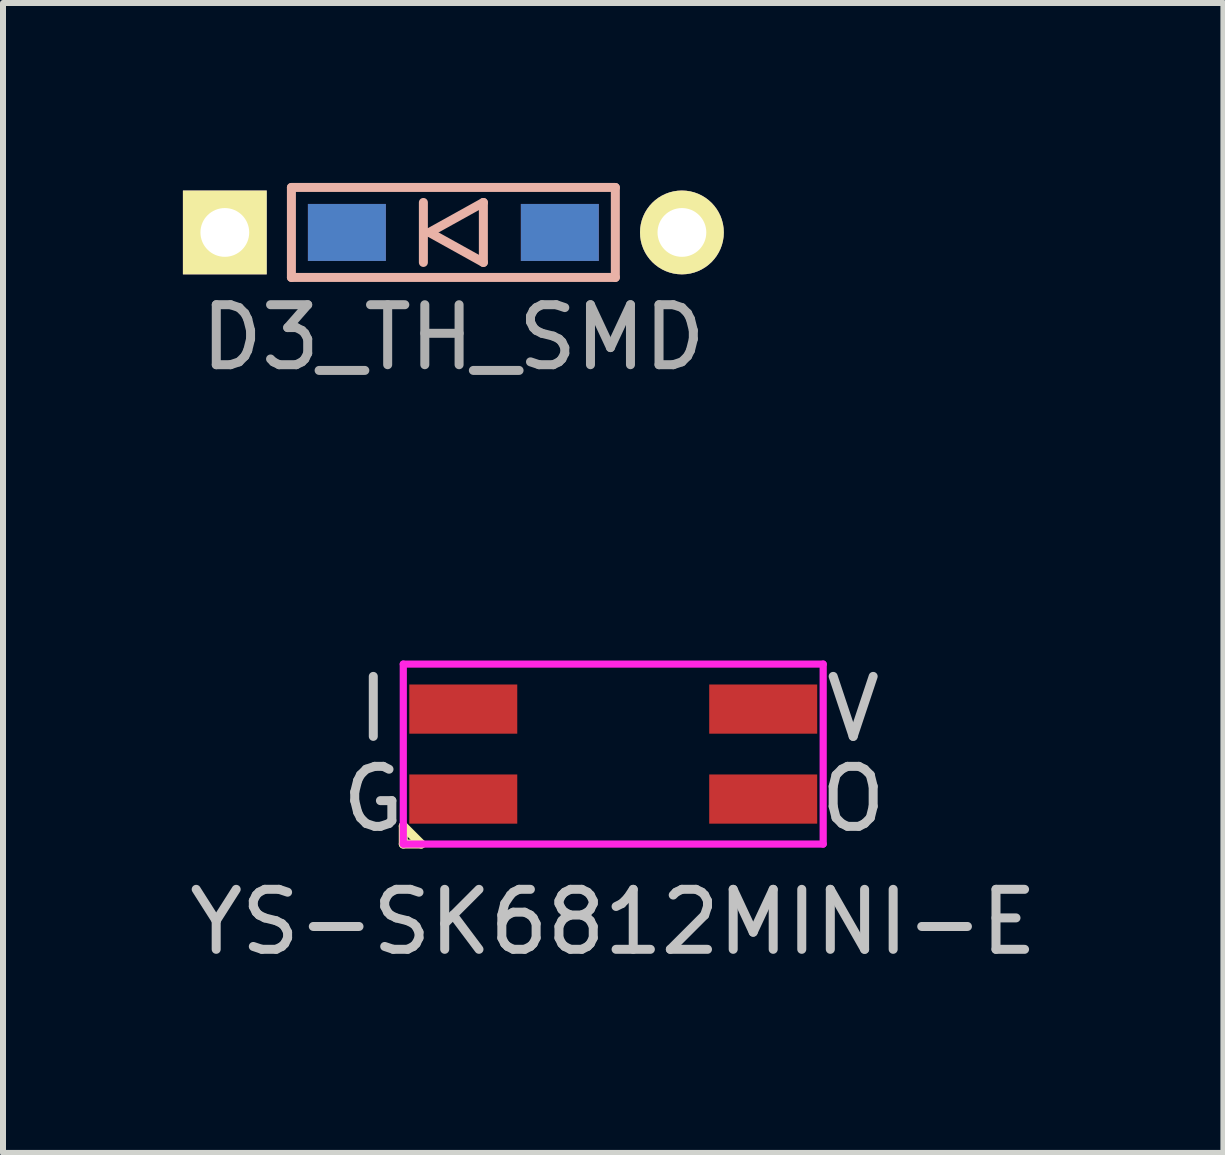
<source format=kicad_pcb>
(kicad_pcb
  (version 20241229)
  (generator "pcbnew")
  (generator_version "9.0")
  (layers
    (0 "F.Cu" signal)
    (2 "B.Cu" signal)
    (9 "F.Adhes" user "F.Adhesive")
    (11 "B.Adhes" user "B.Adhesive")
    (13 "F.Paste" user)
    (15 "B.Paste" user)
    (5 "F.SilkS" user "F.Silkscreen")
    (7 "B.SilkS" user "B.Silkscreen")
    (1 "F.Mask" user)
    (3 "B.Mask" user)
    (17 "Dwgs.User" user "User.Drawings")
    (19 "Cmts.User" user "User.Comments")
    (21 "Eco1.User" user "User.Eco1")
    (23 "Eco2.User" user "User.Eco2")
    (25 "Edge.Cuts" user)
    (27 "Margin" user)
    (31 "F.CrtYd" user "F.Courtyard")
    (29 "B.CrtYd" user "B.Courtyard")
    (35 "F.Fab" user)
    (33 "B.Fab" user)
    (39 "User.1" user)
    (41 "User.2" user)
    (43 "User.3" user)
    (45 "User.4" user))
  (footprint "D3_TH_SMD"
    (layer "F.Cu")
    (at 4.508 0.825)
    (property "Reference" "D3_TH_SMD" (at 0 1.75 0) (layer "F.Fab") (effects (font (size 1 1) (thickness 0.15))))
    (attr through_hole)
    (fp_line (start -2.7 -0.75) (end -2.7 0.75) (stroke (width 0.15) (type solid)) (layer "B.SilkS"))
    (fp_line (start -2.7 0.75) (end 2.7 0.75) (stroke (width 0.15) (type solid)) (layer "B.SilkS"))
    (fp_line (start -0.5 -0.5) (end -0.5 0.5) (stroke (width 0.15) (type solid)) (layer "B.SilkS"))
    (fp_line (start -0.4 0) (end 0.5 -0.5) (stroke (width 0.15) (type solid)) (layer "B.SilkS"))
    (fp_line (start 0.5 -0.5) (end 0.5 0.5) (stroke (width 0.15) (type solid)) (layer "B.SilkS"))
    (fp_line (start 0.5 0.5) (end -0.4 0) (stroke (width 0.15) (type solid)) (layer "B.SilkS"))
    (fp_line (start 2.7 -0.75) (end -2.7 -0.75) (stroke (width 0.15) (type solid)) (layer "B.SilkS"))
    (fp_line (start 2.7 0.75) (end 2.7 -0.75) (stroke (width 0.15) (type solid)) (layer "B.SilkS"))
    (pad "1" thru_hole rect (at -3.81 0) (size 1.397 1.397) (drill 0.813) (layers "*.Cu" "*.Mask" "F.SilkS"))
    (pad "1" smd rect (at -1.775 0) (size 1.3 0.95) (layers "F.Cu" "F.Mask" "F.Paste"))
    (pad "1" smd rect (at -1.775 0) (size 1.3 0.95) (layers "B.Cu" "B.Mask" "B.Paste"))
    (pad "2" smd rect (at 1.775 0) (size 1.3 0.95) (layers "F.Cu" "F.Mask" "F.Paste"))
    (pad "2" smd rect (at 1.775 0) (size 1.3 0.95) (layers "B.Cu" "B.Mask" "B.Paste"))
    (pad "2" thru_hole circle (at 3.81 0) (size 1.397 1.397) (drill 0.813) (layers "*.Cu" "*.Mask" "F.SilkS")))
  (footprint "YS-SK6812MINI-E"
    (layer "F.Cu")
    (at 7.173 9.521)
    (property "Reference" "YS-SK6812MINI-E" (at 0 2.8 0) (layer "Dwgs.User") (effects (font (size 1 1) (thickness 0.15))))
    (attr through_hole)
    (fp_line (start -3.5 1.2) (end -3.2 1.5) (stroke (width 0.15) (type solid)) (layer "F.SilkS"))
    (fp_line (start -3.5 1.5) (end -3.5 1.2) (stroke (width 0.15) (type solid)) (layer "F.SilkS"))
    (fp_line (start -3.2 1.5) (end -3.5 1.5) (stroke (width 0.15) (type solid)) (layer "F.SilkS"))
    (fp_line (start -1.7 -1.5) (end -1.7 1.5) (stroke (width 0.12) (type solid)) (layer "Eco1.User"))
    (fp_line (start -1.7 1.5) (end 1.7 1.5) (stroke (width 0.12) (type solid)) (layer "Eco1.User"))
    (fp_line (start 1.7 -1.5) (end -1.7 -1.5) (stroke (width 0.12) (type solid)) (layer "Eco1.User"))
    (fp_line (start 1.7 1.5) (end 1.7 -1.5) (stroke (width 0.12) (type solid)) (layer "Eco1.User"))
    (fp_line (start -3.5 -1.5) (end -3.5 1.5) (stroke (width 0.12) (type solid)) (layer "F.CrtYd"))
    (fp_line (start -3.5 1.5) (end 3.5 1.5) (stroke (width 0.12) (type solid)) (layer "F.CrtYd"))
    (fp_line (start 3.5 -1.5) (end -3.5 -1.5) (stroke (width 0.12) (type solid)) (layer "F.CrtYd"))
    (fp_line (start 3.5 1.5) (end 3.5 -1.5) (stroke (width 0.12) (type solid)) (layer "F.CrtYd"))
    (fp_text user "G" (at -4 0.75 0) (layer "Dwgs.User") (effects (font (size 1 1) (thickness 0.15))))
    (fp_text user "O" (at 4 0.75 0) (layer "Dwgs.User") (effects (font (size 1 1) (thickness 0.15))))
    (fp_text user "I" (at -4 -0.75 0) (layer "Dwgs.User") (effects (font (size 1 1) (thickness 0.15))))
    (fp_text user "V" (at 4 -0.75 0) (layer "Dwgs.User") (effects (font (size 1 1) (thickness 0.15))))
    (fp_text user "Bottom Side" (at 0 -2.25 0) (layer "Eco1.User") (effects (font (size 1 1) (thickness 0.15))))
    (fp_text user "Up Side" (at 0 -2.25 0) (layer "Eco1.User") (effects (font (size 1 1) (thickness 0.15)) (justify mirror)))
    (pad "1" smd rect (at 2.5 -0.75) (size 1.8 0.82) (layers "F.Cu" "F.Mask" "F.Paste"))
    (pad "2" smd rect (at 2.5 0.75) (size 1.8 0.82) (layers "F.Cu" "F.Mask" "F.Paste"))
    (pad "3" smd rect (at -2.5 0.75) (size 1.8 0.82) (layers "F.Cu" "F.Mask" "F.Paste"))
    (pad "4" smd rect (at -2.5 -0.75) (size 1.8 0.82) (layers "F.Cu" "F.Mask" "F.Paste")))
  (gr_rect
    (start -3 -3)
    (end 17.345 16.17)
    (stroke (width 0.1) (type default))
    (fill no)
    (layer "Edge.Cuts")))
</source>
